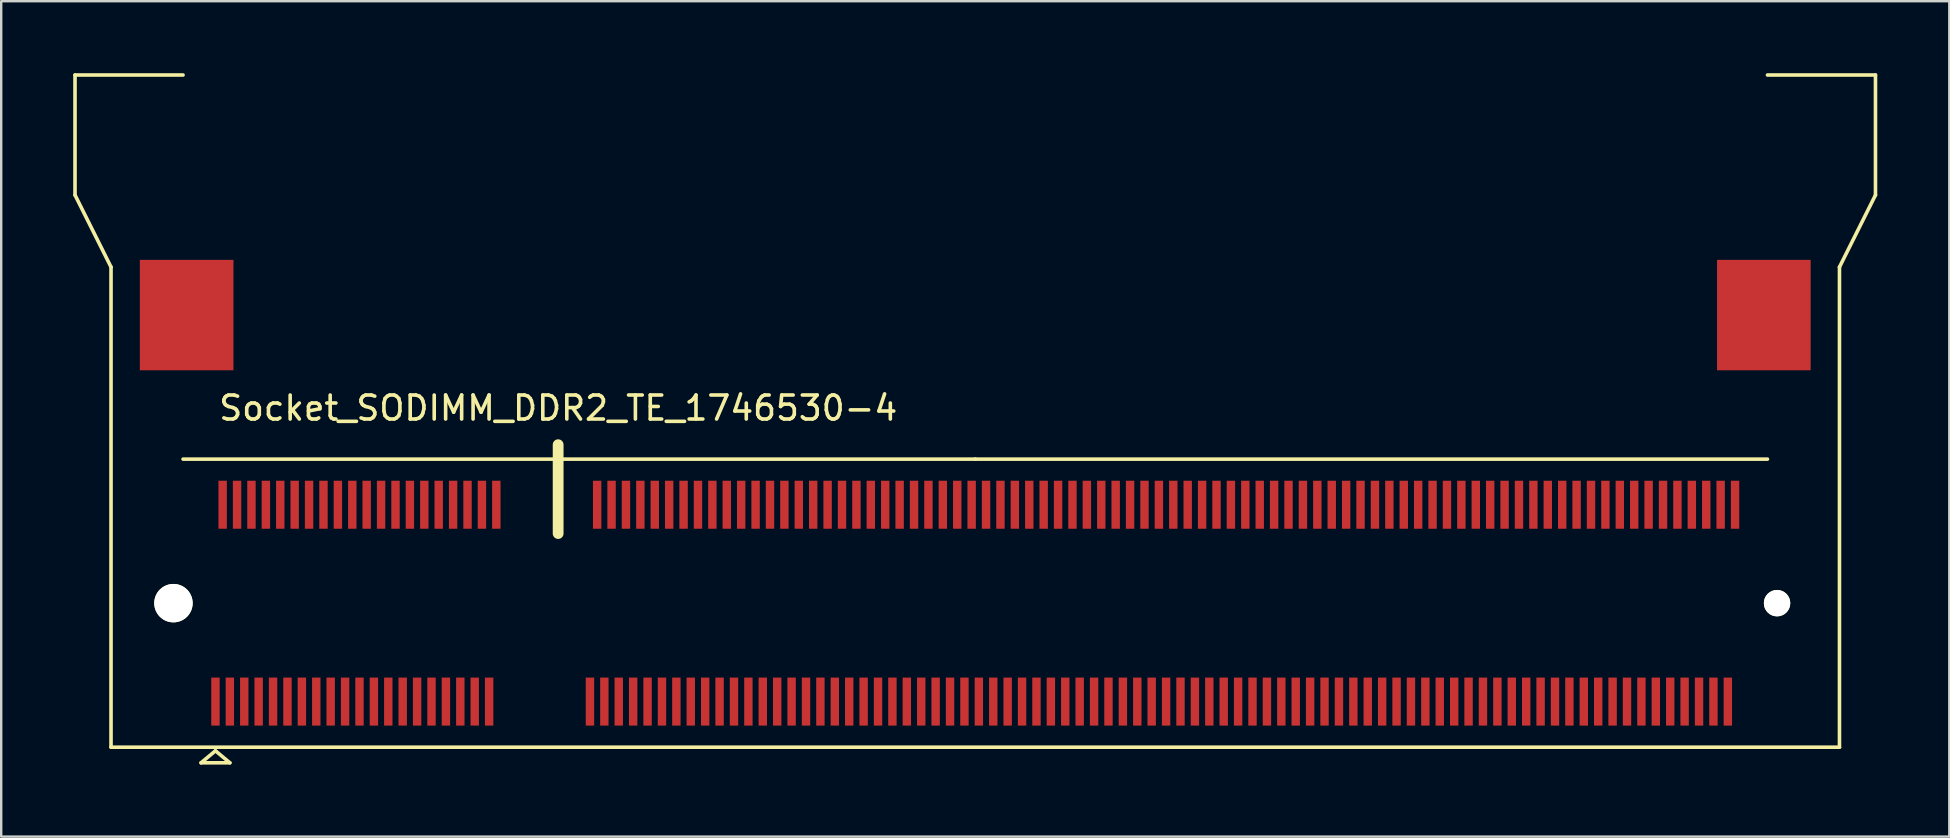
<source format=kicad_pcb>
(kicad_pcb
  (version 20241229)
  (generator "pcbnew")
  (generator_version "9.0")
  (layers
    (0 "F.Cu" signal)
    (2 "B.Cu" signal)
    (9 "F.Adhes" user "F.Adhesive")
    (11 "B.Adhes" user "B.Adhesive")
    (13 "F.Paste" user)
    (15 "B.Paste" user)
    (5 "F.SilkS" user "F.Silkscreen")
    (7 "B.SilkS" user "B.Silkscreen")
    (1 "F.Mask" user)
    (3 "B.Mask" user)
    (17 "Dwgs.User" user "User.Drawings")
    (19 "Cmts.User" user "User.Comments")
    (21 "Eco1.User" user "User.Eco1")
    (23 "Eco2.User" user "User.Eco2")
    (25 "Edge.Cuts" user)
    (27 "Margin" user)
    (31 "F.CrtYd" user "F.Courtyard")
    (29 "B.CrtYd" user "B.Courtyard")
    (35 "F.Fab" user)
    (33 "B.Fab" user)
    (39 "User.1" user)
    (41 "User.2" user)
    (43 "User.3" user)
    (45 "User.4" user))
  (footprint "Socket_SODIMM_DDR2_TE_1746530-4"
    (layer "F.Cu")
    (at 37.575 22.075)
    (property "Reference" "Socket_SODIMM_DDR2_TE_1746530-4" (at -17.371 -8.125 0) (layer "F.SilkS") (effects (font (size 1 1) (thickness 0.15))))
    (attr smd)
    (fp_line (start -37.5 -22) (end -37.5 -17) (stroke (width 0.15) (type solid)) (layer "F.SilkS"))
    (fp_line (start -37.5 -17) (end -36 -14) (stroke (width 0.15) (type solid)) (layer "F.SilkS"))
    (fp_line (start -36 -14) (end -36 6) (stroke (width 0.15) (type solid)) (layer "F.SilkS"))
    (fp_line (start -36 6) (end 36 6) (stroke (width 0.15) (type solid)) (layer "F.SilkS"))
    (fp_line (start -33 -22) (end -37.5 -22) (stroke (width 0.15) (type solid)) (layer "F.SilkS"))
    (fp_line (start -32.25 6.65) (end -31.65 6.15) (stroke (width 0.15) (type solid)) (layer "F.SilkS"))
    (fp_line (start -31.65 6.15) (end -31.05 6.65) (stroke (width 0.15) (type solid)) (layer "F.SilkS"))
    (fp_line (start -31.05 6.65) (end -32.25 6.65) (stroke (width 0.15) (type solid)) (layer "F.SilkS"))
    (fp_line (start -17.375 -6.6) (end -17.375 -2.9) (stroke (width 0.45) (type solid)) (layer "F.SilkS"))
    (fp_line (start 0 -6) (end -33 -6) (stroke (width 0.15) (type solid)) (layer "F.SilkS"))
    (fp_line (start 33 -6) (end 0 -6) (stroke (width 0.15) (type solid)) (layer "F.SilkS"))
    (fp_line (start 36 -14) (end 37.5 -17) (stroke (width 0.15) (type solid)) (layer "F.SilkS"))
    (fp_line (start 36 6) (end 36 -14) (stroke (width 0.15) (type solid)) (layer "F.SilkS"))
    (fp_line (start 37.5 -22) (end 33 -22) (stroke (width 0.15) (type solid)) (layer "F.SilkS"))
    (fp_line (start 37.5 -17) (end 37.5 -22) (stroke (width 0.15) (type solid)) (layer "F.SilkS"))
    (pad "" np_thru_hole circle (at -33.4 0) (size 1.6 1.6) (drill 1.6) (layers "*.Cu" "*.Mask" "F.SilkS"))
    (pad "" smd rect (at -32.85 -12) (size 3.9 4.6) (layers "F.Cu" "F.Mask" "F.Paste"))
    (pad "" smd rect (at 32.85 -12) (size 3.9 4.6) (layers "F.Cu" "F.Mask" "F.Paste"))
    (pad "" np_thru_hole circle (at 33.4 0) (size 1.1 1.1) (drill 1.1) (layers "*.Cu" "*.Mask" "F.SilkS"))
    (pad "1" smd rect (at -31.65 4.1) (size 0.35 2) (layers "F.Cu" "F.Mask" "F.Paste"))
    (pad "2" smd rect (at -31.35 -4.1) (size 0.35 2) (layers "F.Cu" "F.Mask" "F.Paste"))
    (pad "3" smd rect (at -31.05 4.1) (size 0.35 2) (layers "F.Cu" "F.Mask" "F.Paste"))
    (pad "4" smd rect (at -30.75 -4.1) (size 0.35 2) (layers "F.Cu" "F.Mask" "F.Paste"))
    (pad "5" smd rect (at -30.45 4.1) (size 0.35 2) (layers "F.Cu" "F.Mask" "F.Paste"))
    (pad "6" smd rect (at -30.15 -4.1) (size 0.35 2) (layers "F.Cu" "F.Mask" "F.Paste"))
    (pad "7" smd rect (at -29.85 4.1) (size 0.35 2) (layers "F.Cu" "F.Mask" "F.Paste"))
    (pad "8" smd rect (at -29.55 -4.1) (size 0.35 2) (layers "F.Cu" "F.Mask" "F.Paste"))
    (pad "9" smd rect (at -29.25 4.1) (size 0.35 2) (layers "F.Cu" "F.Mask" "F.Paste"))
    (pad "10" smd rect (at -28.95 -4.1) (size 0.35 2) (layers "F.Cu" "F.Mask" "F.Paste"))
    (pad "11" smd rect (at -28.65 4.1) (size 0.35 2) (layers "F.Cu" "F.Mask" "F.Paste"))
    (pad "12" smd rect (at -28.35 -4.1) (size 0.35 2) (layers "F.Cu" "F.Mask" "F.Paste"))
    (pad "13" smd rect (at -28.05 4.1) (size 0.35 2) (layers "F.Cu" "F.Mask" "F.Paste"))
    (pad "14" smd rect (at -27.75 -4.1) (size 0.35 2) (layers "F.Cu" "F.Mask" "F.Paste"))
    (pad "15" smd rect (at -27.45 4.1) (size 0.35 2) (layers "F.Cu" "F.Mask" "F.Paste"))
    (pad "16" smd rect (at -27.15 -4.1) (size 0.35 2) (layers "F.Cu" "F.Mask" "F.Paste"))
    (pad "17" smd rect (at -26.85 4.1) (size 0.35 2) (layers "F.Cu" "F.Mask" "F.Paste"))
    (pad "18" smd rect (at -26.55 -4.1) (size 0.35 2) (layers "F.Cu" "F.Mask" "F.Paste"))
    (pad "19" smd rect (at -26.25 4.1) (size 0.35 2) (layers "F.Cu" "F.Mask" "F.Paste"))
    (pad "20" smd rect (at -25.95 -4.1) (size 0.35 2) (layers "F.Cu" "F.Mask" "F.Paste"))
    (pad "21" smd rect (at -25.65 4.1) (size 0.35 2) (layers "F.Cu" "F.Mask" "F.Paste"))
    (pad "22" smd rect (at -25.35 -4.1) (size 0.35 2) (layers "F.Cu" "F.Mask" "F.Paste"))
    (pad "23" smd rect (at -25.05 4.1) (size 0.35 2) (layers "F.Cu" "F.Mask" "F.Paste"))
    (pad "24" smd rect (at -24.75 -4.1) (size 0.35 2) (layers "F.Cu" "F.Mask" "F.Paste"))
    (pad "25" smd rect (at -24.45 4.1) (size 0.35 2) (layers "F.Cu" "F.Mask" "F.Paste"))
    (pad "26" smd rect (at -24.15 -4.1) (size 0.35 2) (layers "F.Cu" "F.Mask" "F.Paste"))
    (pad "27" smd rect (at -23.85 4.1) (size 0.35 2) (layers "F.Cu" "F.Mask" "F.Paste"))
    (pad "28" smd rect (at -23.55 -4.1) (size 0.35 2) (layers "F.Cu" "F.Mask" "F.Paste"))
    (pad "29" smd rect (at -23.25 4.1) (size 0.35 2) (layers "F.Cu" "F.Mask" "F.Paste"))
    (pad "30" smd rect (at -22.95 -4.1) (size 0.35 2) (layers "F.Cu" "F.Mask" "F.Paste"))
    (pad "31" smd rect (at -22.65 4.1) (size 0.35 2) (layers "F.Cu" "F.Mask" "F.Paste"))
    (pad "32" smd rect (at -22.35 -4.1) (size 0.35 2) (layers "F.Cu" "F.Mask" "F.Paste"))
    (pad "33" smd rect (at -22.05 4.1) (size 0.35 2) (layers "F.Cu" "F.Mask" "F.Paste"))
    (pad "34" smd rect (at -21.75 -4.1) (size 0.35 2) (layers "F.Cu" "F.Mask" "F.Paste"))
    (pad "35" smd rect (at -21.45 4.1) (size 0.35 2) (layers "F.Cu" "F.Mask" "F.Paste"))
    (pad "36" smd rect (at -21.15 -4.1) (size 0.35 2) (layers "F.Cu" "F.Mask" "F.Paste"))
    (pad "37" smd rect (at -20.85 4.1) (size 0.35 2) (layers "F.Cu" "F.Mask" "F.Paste"))
    (pad "38" smd rect (at -20.55 -4.1) (size 0.35 2) (layers "F.Cu" "F.Mask" "F.Paste"))
    (pad "39" smd rect (at -20.25 4.1) (size 0.35 2) (layers "F.Cu" "F.Mask" "F.Paste"))
    (pad "40" smd rect (at -19.95 -4.1) (size 0.35 2) (layers "F.Cu" "F.Mask" "F.Paste"))
    (pad "41" smd rect (at -16.05 4.1) (size 0.35 2) (layers "F.Cu" "F.Mask" "F.Paste"))
    (pad "42" smd rect (at -15.75 -4.1) (size 0.35 2) (layers "F.Cu" "F.Mask" "F.Paste"))
    (pad "43" smd rect (at -15.45 4.1) (size 0.35 2) (layers "F.Cu" "F.Mask" "F.Paste"))
    (pad "44" smd rect (at -15.15 -4.1) (size 0.35 2) (layers "F.Cu" "F.Mask" "F.Paste"))
    (pad "45" smd rect (at -14.85 4.1) (size 0.35 2) (layers "F.Cu" "F.Mask" "F.Paste"))
    (pad "46" smd rect (at -14.55 -4.1) (size 0.35 2) (layers "F.Cu" "F.Mask" "F.Paste"))
    (pad "47" smd rect (at -14.25 4.1) (size 0.35 2) (layers "F.Cu" "F.Mask" "F.Paste"))
    (pad "48" smd rect (at -13.95 -4.1) (size 0.35 2) (layers "F.Cu" "F.Mask" "F.Paste"))
    (pad "49" smd rect (at -13.65 4.1) (size 0.35 2) (layers "F.Cu" "F.Mask" "F.Paste"))
    (pad "50" smd rect (at -13.35 -4.1) (size 0.35 2) (layers "F.Cu" "F.Mask" "F.Paste"))
    (pad "51" smd rect (at -13.05 4.1) (size 0.35 2) (layers "F.Cu" "F.Mask" "F.Paste"))
    (pad "52" smd rect (at -12.75 -4.1) (size 0.35 2) (layers "F.Cu" "F.Mask" "F.Paste"))
    (pad "53" smd rect (at -12.45 4.1) (size 0.35 2) (layers "F.Cu" "F.Mask" "F.Paste"))
    (pad "54" smd rect (at -12.15 -4.1) (size 0.35 2) (layers "F.Cu" "F.Mask" "F.Paste"))
    (pad "55" smd rect (at -11.85 4.1) (size 0.35 2) (layers "F.Cu" "F.Mask" "F.Paste"))
    (pad "56" smd rect (at -11.55 -4.1) (size 0.35 2) (layers "F.Cu" "F.Mask" "F.Paste"))
    (pad "57" smd rect (at -11.25 4.1) (size 0.35 2) (layers "F.Cu" "F.Mask" "F.Paste"))
    (pad "58" smd rect (at -10.95 -4.1) (size 0.35 2) (layers "F.Cu" "F.Mask" "F.Paste"))
    (pad "59" smd rect (at -10.65 4.1) (size 0.35 2) (layers "F.Cu" "F.Mask" "F.Paste"))
    (pad "60" smd rect (at -10.35 -4.1) (size 0.35 2) (layers "F.Cu" "F.Mask" "F.Paste"))
    (pad "61" smd rect (at -10.05 4.1) (size 0.35 2) (layers "F.Cu" "F.Mask" "F.Paste"))
    (pad "62" smd rect (at -9.75 -4.1) (size 0.35 2) (layers "F.Cu" "F.Mask" "F.Paste"))
    (pad "63" smd rect (at -9.45 4.1) (size 0.35 2) (layers "F.Cu" "F.Mask" "F.Paste"))
    (pad "64" smd rect (at -9.15 -4.1) (size 0.35 2) (layers "F.Cu" "F.Mask" "F.Paste"))
    (pad "65" smd rect (at -8.85 4.1) (size 0.35 2) (layers "F.Cu" "F.Mask" "F.Paste"))
    (pad "66" smd rect (at -8.55 -4.1) (size 0.35 2) (layers "F.Cu" "F.Mask" "F.Paste"))
    (pad "67" smd rect (at -8.25 4.1) (size 0.35 2) (layers "F.Cu" "F.Mask" "F.Paste"))
    (pad "68" smd rect (at -7.95 -4.1) (size 0.35 2) (layers "F.Cu" "F.Mask" "F.Paste"))
    (pad "69" smd rect (at -7.65 4.1) (size 0.35 2) (layers "F.Cu" "F.Mask" "F.Paste"))
    (pad "70" smd rect (at -7.35 -4.1) (size 0.35 2) (layers "F.Cu" "F.Mask" "F.Paste"))
    (pad "71" smd rect (at -7.05 4.1) (size 0.35 2) (layers "F.Cu" "F.Mask" "F.Paste"))
    (pad "72" smd rect (at -6.75 -4.1) (size 0.35 2) (layers "F.Cu" "F.Mask" "F.Paste"))
    (pad "73" smd rect (at -6.45 4.1) (size 0.35 2) (layers "F.Cu" "F.Mask" "F.Paste"))
    (pad "74" smd rect (at -6.15 -4.1) (size 0.35 2) (layers "F.Cu" "F.Mask" "F.Paste"))
    (pad "75" smd rect (at -5.85 4.1) (size 0.35 2) (layers "F.Cu" "F.Mask" "F.Paste"))
    (pad "76" smd rect (at -5.55 -4.1) (size 0.35 2) (layers "F.Cu" "F.Mask" "F.Paste"))
    (pad "77" smd rect (at -5.25 4.1) (size 0.35 2) (layers "F.Cu" "F.Mask" "F.Paste"))
    (pad "78" smd rect (at -4.95 -4.1) (size 0.35 2) (layers "F.Cu" "F.Mask" "F.Paste"))
    (pad "79" smd rect (at -4.65 4.1) (size 0.35 2) (layers "F.Cu" "F.Mask" "F.Paste"))
    (pad "80" smd rect (at -4.35 -4.1) (size 0.35 2) (layers "F.Cu" "F.Mask" "F.Paste"))
    (pad "81" smd rect (at -4.05 4.1) (size 0.35 2) (layers "F.Cu" "F.Mask" "F.Paste"))
    (pad "82" smd rect (at -3.75 -4.1) (size 0.35 2) (layers "F.Cu" "F.Mask" "F.Paste"))
    (pad "83" smd rect (at -3.45 4.1) (size 0.35 2) (layers "F.Cu" "F.Mask" "F.Paste"))
    (pad "84" smd rect (at -3.15 -4.1) (size 0.35 2) (layers "F.Cu" "F.Mask" "F.Paste"))
    (pad "85" smd rect (at -2.85 4.1) (size 0.35 2) (layers "F.Cu" "F.Mask" "F.Paste"))
    (pad "86" smd rect (at -2.55 -4.1) (size 0.35 2) (layers "F.Cu" "F.Mask" "F.Paste"))
    (pad "87" smd rect (at -2.25 4.1) (size 0.35 2) (layers "F.Cu" "F.Mask" "F.Paste"))
    (pad "88" smd rect (at -1.95 -4.1) (size 0.35 2) (layers "F.Cu" "F.Mask" "F.Paste"))
    (pad "89" smd rect (at -1.65 4.1) (size 0.35 2) (layers "F.Cu" "F.Mask" "F.Paste"))
    (pad "90" smd rect (at -1.35 -4.1) (size 0.35 2) (layers "F.Cu" "F.Mask" "F.Paste"))
    (pad "91" smd rect (at -1.05 4.1) (size 0.35 2) (layers "F.Cu" "F.Mask" "F.Paste"))
    (pad "92" smd rect (at -0.75 -4.1) (size 0.35 2) (layers "F.Cu" "F.Mask" "F.Paste"))
    (pad "93" smd rect (at -0.45 4.1) (size 0.35 2) (layers "F.Cu" "F.Mask" "F.Paste"))
    (pad "94" smd rect (at -0.15 -4.1) (size 0.35 2) (layers "F.Cu" "F.Mask" "F.Paste"))
    (pad "95" smd rect (at 0.15 4.1) (size 0.35 2) (layers "F.Cu" "F.Mask" "F.Paste"))
    (pad "96" smd rect (at 0.45 -4.1) (size 0.35 2) (layers "F.Cu" "F.Mask" "F.Paste"))
    (pad "97" smd rect (at 0.75 4.1) (size 0.35 2) (layers "F.Cu" "F.Mask" "F.Paste"))
    (pad "98" smd rect (at 1.05 -4.1) (size 0.35 2) (layers "F.Cu" "F.Mask" "F.Paste"))
    (pad "99" smd rect (at 1.35 4.1) (size 0.35 2) (layers "F.Cu" "F.Mask" "F.Paste"))
    (pad "100" smd rect (at 1.65 -4.1) (size 0.35 2) (layers "F.Cu" "F.Mask" "F.Paste"))
    (pad "101" smd rect (at 1.95 4.1) (size 0.35 2) (layers "F.Cu" "F.Mask" "F.Paste"))
    (pad "102" smd rect (at 2.25 -4.1) (size 0.35 2) (layers "F.Cu" "F.Mask" "F.Paste"))
    (pad "103" smd rect (at 2.55 4.1) (size 0.35 2) (layers "F.Cu" "F.Mask" "F.Paste"))
    (pad "104" smd rect (at 2.85 -4.1) (size 0.35 2) (layers "F.Cu" "F.Mask" "F.Paste"))
    (pad "105" smd rect (at 3.15 4.1) (size 0.35 2) (layers "F.Cu" "F.Mask" "F.Paste"))
    (pad "106" smd rect (at 3.45 -4.1) (size 0.35 2) (layers "F.Cu" "F.Mask" "F.Paste"))
    (pad "107" smd rect (at 3.75 4.1) (size 0.35 2) (layers "F.Cu" "F.Mask" "F.Paste"))
    (pad "108" smd rect (at 4.05 -4.1) (size 0.35 2) (layers "F.Cu" "F.Mask" "F.Paste"))
    (pad "109" smd rect (at 4.35 4.1) (size 0.35 2) (layers "F.Cu" "F.Mask" "F.Paste"))
    (pad "110" smd rect (at 4.65 -4.1) (size 0.35 2) (layers "F.Cu" "F.Mask" "F.Paste"))
    (pad "111" smd rect (at 4.95 4.1) (size 0.35 2) (layers "F.Cu" "F.Mask" "F.Paste"))
    (pad "112" smd rect (at 5.25 -4.1) (size 0.35 2) (layers "F.Cu" "F.Mask" "F.Paste"))
    (pad "113" smd rect (at 5.55 4.1) (size 0.35 2) (layers "F.Cu" "F.Mask" "F.Paste"))
    (pad "114" smd rect (at 5.85 -4.1) (size 0.35 2) (layers "F.Cu" "F.Mask" "F.Paste"))
    (pad "115" smd rect (at 6.15 4.1) (size 0.35 2) (layers "F.Cu" "F.Mask" "F.Paste"))
    (pad "116" smd rect (at 6.45 -4.1) (size 0.35 2) (layers "F.Cu" "F.Mask" "F.Paste"))
    (pad "117" smd rect (at 6.75 4.1) (size 0.35 2) (layers "F.Cu" "F.Mask" "F.Paste"))
    (pad "118" smd rect (at 7.05 -4.1) (size 0.35 2) (layers "F.Cu" "F.Mask" "F.Paste"))
    (pad "119" smd rect (at 7.35 4.1) (size 0.35 2) (layers "F.Cu" "F.Mask" "F.Paste"))
    (pad "120" smd rect (at 7.65 -4.1) (size 0.35 2) (layers "F.Cu" "F.Mask" "F.Paste"))
    (pad "121" smd rect (at 7.95 4.1) (size 0.35 2) (layers "F.Cu" "F.Mask" "F.Paste"))
    (pad "122" smd rect (at 8.25 -4.1) (size 0.35 2) (layers "F.Cu" "F.Mask" "F.Paste"))
    (pad "123" smd rect (at 8.55 4.1) (size 0.35 2) (layers "F.Cu" "F.Mask" "F.Paste"))
    (pad "124" smd rect (at 8.85 -4.1) (size 0.35 2) (layers "F.Cu" "F.Mask" "F.Paste"))
    (pad "125" smd rect (at 9.15 4.1) (size 0.35 2) (layers "F.Cu" "F.Mask" "F.Paste"))
    (pad "126" smd rect (at 9.45 -4.1) (size 0.35 2) (layers "F.Cu" "F.Mask" "F.Paste"))
    (pad "127" smd rect (at 9.75 4.1) (size 0.35 2) (layers "F.Cu" "F.Mask" "F.Paste"))
    (pad "128" smd rect (at 10.05 -4.1) (size 0.35 2) (layers "F.Cu" "F.Mask" "F.Paste"))
    (pad "129" smd rect (at 10.35 4.1) (size 0.35 2) (layers "F.Cu" "F.Mask" "F.Paste"))
    (pad "130" smd rect (at 10.65 -4.1) (size 0.35 2) (layers "F.Cu" "F.Mask" "F.Paste"))
    (pad "131" smd rect (at 10.95 4.1) (size 0.35 2) (layers "F.Cu" "F.Mask" "F.Paste"))
    (pad "132" smd rect (at 11.25 -4.1) (size 0.35 2) (layers "F.Cu" "F.Mask" "F.Paste"))
    (pad "133" smd rect (at 11.55 4.1) (size 0.35 2) (layers "F.Cu" "F.Mask" "F.Paste"))
    (pad "134" smd rect (at 11.85 -4.1) (size 0.35 2) (layers "F.Cu" "F.Mask" "F.Paste"))
    (pad "135" smd rect (at 12.15 4.1) (size 0.35 2) (layers "F.Cu" "F.Mask" "F.Paste"))
    (pad "136" smd rect (at 12.45 -4.1) (size 0.35 2) (layers "F.Cu" "F.Mask" "F.Paste"))
    (pad "137" smd rect (at 12.75 4.1) (size 0.35 2) (layers "F.Cu" "F.Mask" "F.Paste"))
    (pad "138" smd rect (at 13.05 -4.1) (size 0.35 2) (layers "F.Cu" "F.Mask" "F.Paste"))
    (pad "139" smd rect (at 13.35 4.1) (size 0.35 2) (layers "F.Cu" "F.Mask" "F.Paste"))
    (pad "140" smd rect (at 13.65 -4.1) (size 0.35 2) (layers "F.Cu" "F.Mask" "F.Paste"))
    (pad "141" smd rect (at 13.95 4.1) (size 0.35 2) (layers "F.Cu" "F.Mask" "F.Paste"))
    (pad "142" smd rect (at 14.25 -4.1) (size 0.35 2) (layers "F.Cu" "F.Mask" "F.Paste"))
    (pad "143" smd rect (at 14.55 4.1) (size 0.35 2) (layers "F.Cu" "F.Mask" "F.Paste"))
    (pad "144" smd rect (at 14.85 -4.1) (size 0.35 2) (layers "F.Cu" "F.Mask" "F.Paste"))
    (pad "145" smd rect (at 15.15 4.1) (size 0.35 2) (layers "F.Cu" "F.Mask" "F.Paste"))
    (pad "146" smd rect (at 15.45 -4.1) (size 0.35 2) (layers "F.Cu" "F.Mask" "F.Paste"))
    (pad "147" smd rect (at 15.75 4.1) (size 0.35 2) (layers "F.Cu" "F.Mask" "F.Paste"))
    (pad "148" smd rect (at 16.05 -4.1) (size 0.35 2) (layers "F.Cu" "F.Mask" "F.Paste"))
    (pad "149" smd rect (at 16.35 4.1) (size 0.35 2) (layers "F.Cu" "F.Mask" "F.Paste"))
    (pad "150" smd rect (at 16.65 -4.1) (size 0.35 2) (layers "F.Cu" "F.Mask" "F.Paste"))
    (pad "151" smd rect (at 16.95 4.1) (size 0.35 2) (layers "F.Cu" "F.Mask" "F.Paste"))
    (pad "152" smd rect (at 17.25 -4.1) (size 0.35 2) (layers "F.Cu" "F.Mask" "F.Paste"))
    (pad "153" smd rect (at 17.55 4.1) (size 0.35 2) (layers "F.Cu" "F.Mask" "F.Paste"))
    (pad "154" smd rect (at 17.85 -4.1) (size 0.35 2) (layers "F.Cu" "F.Mask" "F.Paste"))
    (pad "155" smd rect (at 18.15 4.1) (size 0.35 2) (layers "F.Cu" "F.Mask" "F.Paste"))
    (pad "156" smd rect (at 18.45 -4.1) (size 0.35 2) (layers "F.Cu" "F.Mask" "F.Paste"))
    (pad "157" smd rect (at 18.75 4.1) (size 0.35 2) (layers "F.Cu" "F.Mask" "F.Paste"))
    (pad "158" smd rect (at 19.05 -4.1) (size 0.35 2) (layers "F.Cu" "F.Mask" "F.Paste"))
    (pad "159" smd rect (at 19.35 4.1) (size 0.35 2) (layers "F.Cu" "F.Mask" "F.Paste"))
    (pad "160" smd rect (at 19.65 -4.1) (size 0.35 2) (layers "F.Cu" "F.Mask" "F.Paste"))
    (pad "161" smd rect (at 19.95 4.1) (size 0.35 2) (layers "F.Cu" "F.Mask" "F.Paste"))
    (pad "162" smd rect (at 20.25 -4.1) (size 0.35 2) (layers "F.Cu" "F.Mask" "F.Paste"))
    (pad "163" smd rect (at 20.55 4.1) (size 0.35 2) (layers "F.Cu" "F.Mask" "F.Paste"))
    (pad "164" smd rect (at 20.85 -4.1) (size 0.35 2) (layers "F.Cu" "F.Mask" "F.Paste"))
    (pad "165" smd rect (at 21.15 4.1) (size 0.35 2) (layers "F.Cu" "F.Mask" "F.Paste"))
    (pad "166" smd rect (at 21.45 -4.1) (size 0.35 2) (layers "F.Cu" "F.Mask" "F.Paste"))
    (pad "167" smd rect (at 21.75 4.1) (size 0.35 2) (layers "F.Cu" "F.Mask" "F.Paste"))
    (pad "168" smd rect (at 22.05 -4.1) (size 0.35 2) (layers "F.Cu" "F.Mask" "F.Paste"))
    (pad "169" smd rect (at 22.35 4.1) (size 0.35 2) (layers "F.Cu" "F.Mask" "F.Paste"))
    (pad "170" smd rect (at 22.65 -4.1) (size 0.35 2) (layers "F.Cu" "F.Mask" "F.Paste"))
    (pad "171" smd rect (at 22.95 4.1) (size 0.35 2) (layers "F.Cu" "F.Mask" "F.Paste"))
    (pad "172" smd rect (at 23.25 -4.1) (size 0.35 2) (layers "F.Cu" "F.Mask" "F.Paste"))
    (pad "173" smd rect (at 23.55 4.1) (size 0.35 2) (layers "F.Cu" "F.Mask" "F.Paste"))
    (pad "174" smd rect (at 23.85 -4.1) (size 0.35 2) (layers "F.Cu" "F.Mask" "F.Paste"))
    (pad "175" smd rect (at 24.15 4.1) (size 0.35 2) (layers "F.Cu" "F.Mask" "F.Paste"))
    (pad "176" smd rect (at 24.45 -4.1) (size 0.35 2) (layers "F.Cu" "F.Mask" "F.Paste"))
    (pad "177" smd rect (at 24.75 4.1) (size 0.35 2) (layers "F.Cu" "F.Mask" "F.Paste"))
    (pad "178" smd rect (at 25.05 -4.1) (size 0.35 2) (layers "F.Cu" "F.Mask" "F.Paste"))
    (pad "179" smd rect (at 25.35 4.1) (size 0.35 2) (layers "F.Cu" "F.Mask" "F.Paste"))
    (pad "180" smd rect (at 25.65 -4.1) (size 0.35 2) (layers "F.Cu" "F.Mask" "F.Paste"))
    (pad "181" smd rect (at 25.95 4.1) (size 0.35 2) (layers "F.Cu" "F.Mask" "F.Paste"))
    (pad "182" smd rect (at 26.25 -4.1) (size 0.35 2) (layers "F.Cu" "F.Mask" "F.Paste"))
    (pad "183" smd rect (at 26.55 4.1) (size 0.35 2) (layers "F.Cu" "F.Mask" "F.Paste"))
    (pad "184" smd rect (at 26.85 -4.1) (size 0.35 2) (layers "F.Cu" "F.Mask" "F.Paste"))
    (pad "185" smd rect (at 27.15 4.1) (size 0.35 2) (layers "F.Cu" "F.Mask" "F.Paste"))
    (pad "186" smd rect (at 27.45 -4.1) (size 0.35 2) (layers "F.Cu" "F.Mask" "F.Paste"))
    (pad "187" smd rect (at 27.75 4.1) (size 0.35 2) (layers "F.Cu" "F.Mask" "F.Paste"))
    (pad "188" smd rect (at 28.05 -4.1) (size 0.35 2) (layers "F.Cu" "F.Mask" "F.Paste"))
    (pad "189" smd rect (at 28.35 4.1) (size 0.35 2) (layers "F.Cu" "F.Mask" "F.Paste"))
    (pad "190" smd rect (at 28.65 -4.1) (size 0.35 2) (layers "F.Cu" "F.Mask" "F.Paste"))
    (pad "191" smd rect (at 28.95 4.1) (size 0.35 2) (layers "F.Cu" "F.Mask" "F.Paste"))
    (pad "192" smd rect (at 29.25 -4.1) (size 0.35 2) (layers "F.Cu" "F.Mask" "F.Paste"))
    (pad "193" smd rect (at 29.55 4.1) (size 0.35 2) (layers "F.Cu" "F.Mask" "F.Paste"))
    (pad "194" smd rect (at 29.85 -4.1) (size 0.35 2) (layers "F.Cu" "F.Mask" "F.Paste"))
    (pad "195" smd rect (at 30.15 4.1) (size 0.35 2) (layers "F.Cu" "F.Mask" "F.Paste"))
    (pad "196" smd rect (at 30.45 -4.1) (size 0.35 2) (layers "F.Cu" "F.Mask" "F.Paste"))
    (pad "197" smd rect (at 30.75 4.1) (size 0.35 2) (layers "F.Cu" "F.Mask" "F.Paste"))
    (pad "198" smd rect (at 31.05 -4.1) (size 0.35 2) (layers "F.Cu" "F.Mask" "F.Paste"))
    (pad "199" smd rect (at 31.35 4.1) (size 0.35 2) (layers "F.Cu" "F.Mask" "F.Paste"))
    (pad "200" smd rect (at 31.65 -4.1) (size 0.35 2) (layers "F.Cu" "F.Mask" "F.Paste")))
  (gr_rect
    (start -3 -3)
    (end 78.15 31.8)
    (stroke (width 0.1) (type default))
    (fill no)
    (layer "Edge.Cuts")))
</source>
